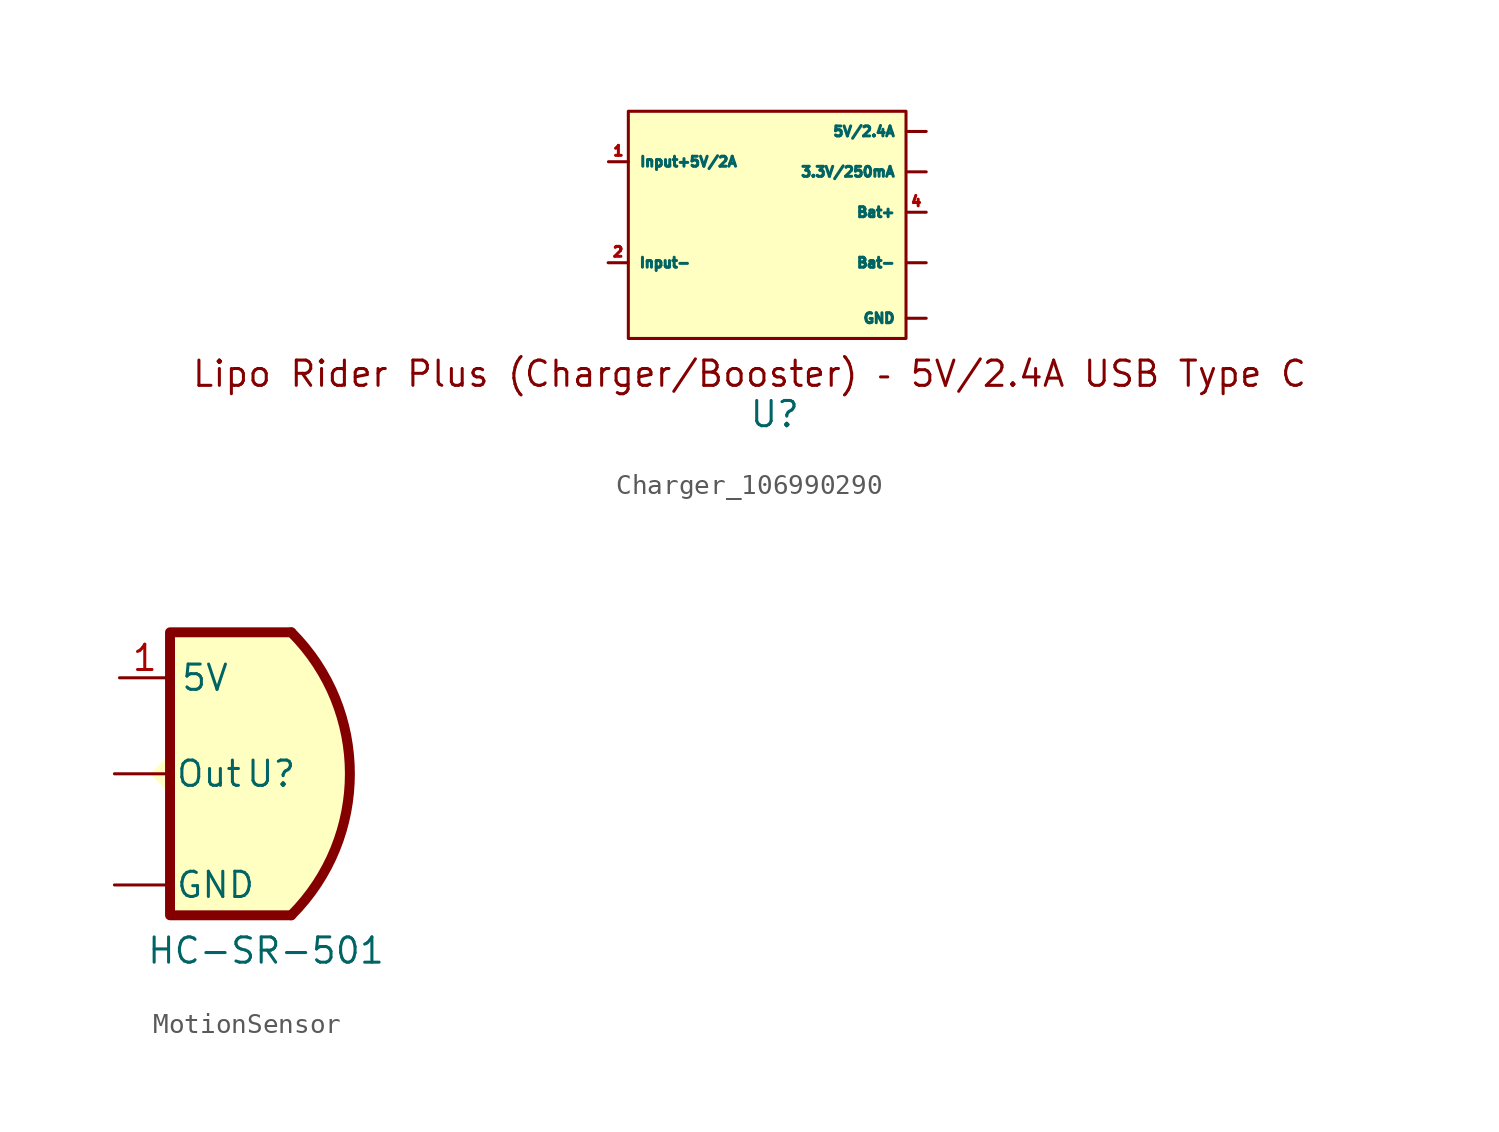
<source format=kicad_sym>
(kicad_symbol_lib
  (version 20220914)
  (generator kicad_symbol_editor)
  (symbol "Charger_106990290"
    (property "Reference" "U"
      (at -0.254 -8.89 0)
      (effects (font (size 1.27 1.27))))
    (property "Value" ""
      (at 0 0 0)
      (effects (font (size 1.27 1.27))))
    (symbol "Charger_106990290_0_1"
      (rectangle (start -7.62 6.35) (end 6.35 -5.08) (stroke (width 0) (type default)) (fill (type background)))
      (text "Lipo Rider Plus (Charger/Booster) ‐ 5V/2.4A USB Type C" (at -1.524 -6.858 0) (effects (font (size 1.27 1.27)))))
    (symbol "Charger_106990290_1_1"
      (pin output line (at 7.366 3.302 180) (length 1) (name "3.3V/250mA" (effects (font (size 0.5 0.5)))) (number "" (effects (font (size 0.5 0.5)))))
      (pin output line (at 7.366 5.334 180) (length 1) (name "5V/2.4A" (effects (font (size 0.5 0.5)))) (number "" (effects (font (size 0.5 0.5)))))
      (pin output line (at 7.366 -1.27 180) (length 1) (name "Bat-" (effects (font (size 0.5 0.5)))) (number "" (effects (font (size 0.5 0.5)))))
      (pin output line (at 7.366 -4.064 180) (length 1) (name "GND" (effects (font (size 0.5 0.5)))) (number "" (effects (font (size 0.5 0.5)))))
      (pin input line (at -8.62 3.81 0) (length 1) (name "Input+5V/2A" (effects (font (size 0.5 0.5)))) (number "1" (effects (font (size 0.5 0.5)))))
      (pin input line (at -8.636 -1.27 0) (length 1) (name "Input-" (effects (font (size 0.5 0.5)))) (number "2" (effects (font (size 0.5 0.5)))))
      (pin output line (at 7.366 1.27 180) (length 1) (name "Bat+" (effects (font (size 0.5 0.5)))) (number "4" (effects (font (size 0.5 0.5)))))))
  (symbol "MotionSensor"
    (property "Reference" "U"
      (at -1.016 -0.254 0)
      (effects (font (size 1.27 1.27))))
    (property "Value" "HC-SR-501"
      (at -1.27 -9.144 0)
      (effects (font (size 1.27 1.27))))
    (symbol "MotionSensor_0_1"
      (arc (start 0 -7.366) (mid 2.9459 -0.254) (end 0 6.858) (stroke (width 0.5) (type default)) (fill (type background)))
      (polyline (pts (xy 0 6.858) (xy -6.096 6.858) (xy -6.096 -7.366) (xy 0 -7.366)) (stroke (width 0.5) (type default)) (fill (type background))))
    (symbol "MotionSensor_1_1"
      (pin power_in line (at -8.89 -5.842 0) (length 2.54) (name "GND" (effects (font (size 1.27 1.27)))) (number "" (effects (font (size 1.27 1.27)))))
      (pin passive line (at -8.89 -0.254 0) (length 2.54) (name "Out" (effects (font (size 1.27 1.27)))) (number "" (effects (font (size 1.27 1.27)))))
      (pin power_in line (at -8.636 4.572 0) (length 2.54) (name "5V" (effects (font (size 1.27 1.27)))) (number "1" (effects (font (size 1.27 1.27))))))))
</source>
